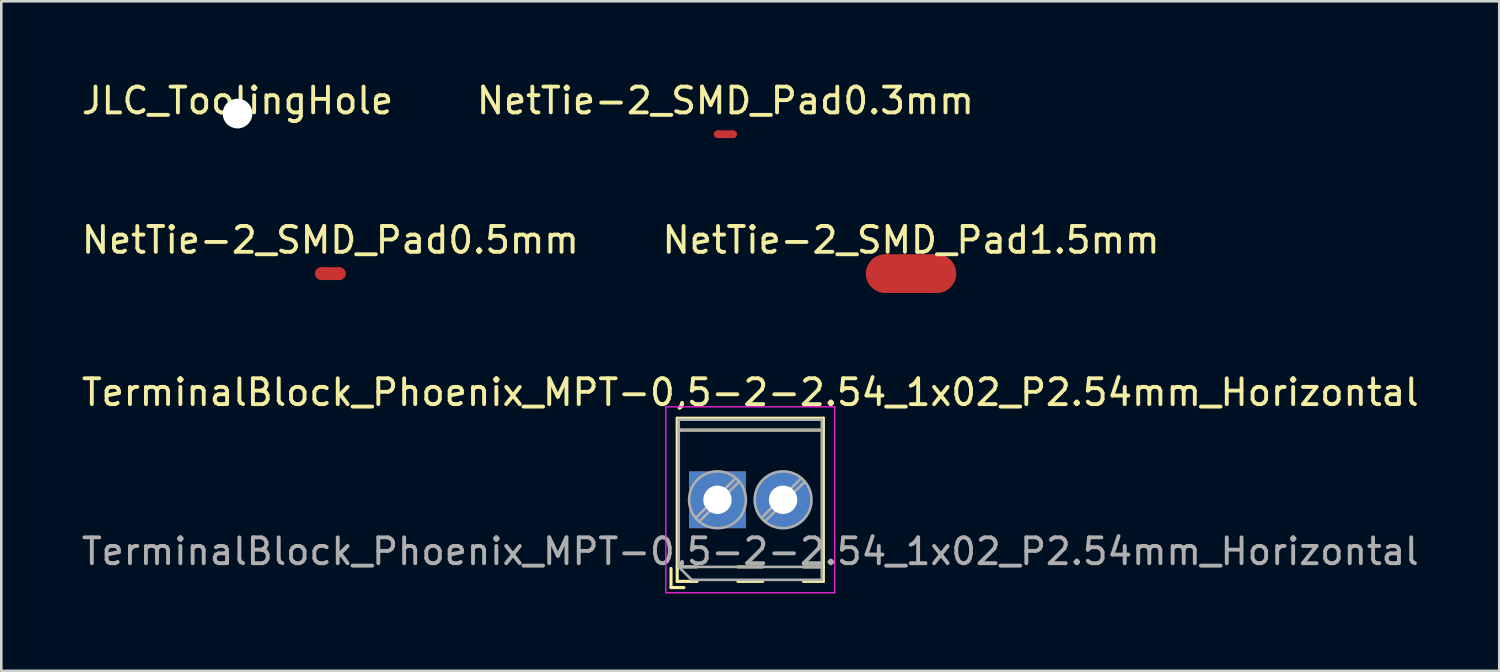
<source format=kicad_pcb>
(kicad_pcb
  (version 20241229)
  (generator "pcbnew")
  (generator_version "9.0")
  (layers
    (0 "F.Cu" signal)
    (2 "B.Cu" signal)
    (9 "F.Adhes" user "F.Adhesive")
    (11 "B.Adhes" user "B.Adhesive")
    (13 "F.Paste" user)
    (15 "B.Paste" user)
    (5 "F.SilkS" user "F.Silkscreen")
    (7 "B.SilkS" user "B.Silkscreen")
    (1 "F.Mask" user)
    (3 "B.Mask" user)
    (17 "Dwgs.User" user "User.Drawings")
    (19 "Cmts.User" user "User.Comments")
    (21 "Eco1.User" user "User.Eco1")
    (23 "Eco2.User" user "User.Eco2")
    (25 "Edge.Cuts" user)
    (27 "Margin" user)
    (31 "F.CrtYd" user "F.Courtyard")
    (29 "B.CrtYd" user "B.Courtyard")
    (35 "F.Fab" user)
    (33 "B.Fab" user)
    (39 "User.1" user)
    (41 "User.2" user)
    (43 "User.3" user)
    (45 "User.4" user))
  (footprint "JLC_ToolingHole"
    (layer "F.Cu")
    (at 6.149 1.348)
    (property "Reference" "JLC_ToolingHole" (at 0 -0.5 0) (unlocked yes) (layer "F.SilkS") (effects (font (size 1 1) (thickness 0.15))))
    (attr smd)
    (pad "" np_thru_hole circle (at 0 0) (size 1.152 1.152) (drill 1.152) (layers "*.Cu" "*.Mask")))
  (footprint "NetTie-2_SMD_Pad0.3mm"
    (layer "F.Cu")
    (at 25.042 2.148)
    (property "Reference" "NetTie-2_SMD_Pad0.3mm" (at 0 -1.3 0) (layer "F.SilkS") (effects (font (size 1 1) (thickness 0.15))))
    (attr exclude_from_pos_files exclude_from_bom)
    (fp_poly (pts (xy -0.3 -0.15) (xy 0.3 -0.15) (xy 0.3 0.15) (xy -0.3 0.15)) (stroke (width 0) (type solid)) (fill yes) (layer "F.Cu"))
    (pad "1" smd circle (at -0.3 0) (size 0.3 0.3) (layers "F.Cu"))
    (pad "2" smd circle (at 0.3 0) (size 0.3 0.3) (layers "F.Cu")))
  (footprint "NetTie-2_SMD_Pad1.5mm"
    (layer "F.Cu")
    (at 32.232 7.546)
    (property "Reference" "NetTie-2_SMD_Pad1.5mm" (at 0 -1.3 0) (layer "F.SilkS") (effects (font (size 1 1) (thickness 0.15))))
    (attr exclude_from_pos_files)
    (fp_poly (pts (xy -1.02 -0.75) (xy 1.02 -0.75) (xy 1.02 0.75) (xy -1.02 0.75)) (stroke (width 0) (type solid)) (fill yes) (layer "F.Cu"))
    (pad "1" smd circle (at -1 0) (size 1.5 1.5) (layers "F.Cu"))
    (pad "2" smd circle (at 1 0) (size 1.5 1.5) (layers "F.Cu")))
  (footprint "NetTie-2_SMD_Pad0.5mm"
    (layer "F.Cu")
    (at 9.744 7.546)
    (property "Reference" "NetTie-2_SMD_Pad0.5mm" (at 0 -1.3 0) (layer "F.SilkS") (effects (font (size 1 1) (thickness 0.15))))
    (attr exclude_from_pos_files)
    (fp_poly (pts (xy -0.37 -0.25) (xy 0.37 -0.25) (xy 0.37 0.25) (xy -0.37 0.25)) (stroke (width 0) (type solid)) (fill yes) (layer "F.Cu"))
    (pad "1" smd circle (at -0.35 0) (size 0.5 0.5) (layers "F.Cu"))
    (pad "2" smd circle (at 0.35 0) (size 0.5 0.5) (layers "F.Cu")))
  (footprint "TerminalBlock_Phoenix_MPT-0,5-2-2.54_1x02_P2.54mm_Horizontal"
    (layer "F.Cu")
    (at 24.736 16.305)
    (property "Reference" "TerminalBlock_Phoenix_MPT-0,5-2-2.54_1x02_P2.54mm_Horizontal" (at 1.27 -4.16 0) (layer "F.SilkS") (effects (font (size 1 1) (thickness 0.15))))
    (attr through_hole)
    (fp_line (start -1.8 2.66) (end -1.8 3.4) (stroke (width 0.12) (type solid)) (layer "F.SilkS"))
    (fp_line (start -1.8 3.4) (end -1.3 3.4) (stroke (width 0.12) (type solid)) (layer "F.SilkS"))
    (fp_line (start -1.56 -3.16) (end -1.56 3.16) (stroke (width 0.12) (type solid)) (layer "F.SilkS"))
    (fp_line (start -1.56 -3.16) (end 4.1 -3.16) (stroke (width 0.12) (type solid)) (layer "F.SilkS"))
    (fp_line (start -1.56 -2.7) (end 4.1 -2.7) (stroke (width 0.12) (type solid)) (layer "F.SilkS"))
    (fp_line (start -1.56 2.6) (end -0.79 2.6) (stroke (width 0.12) (type solid)) (layer "F.SilkS"))
    (fp_line (start -1.56 3.16) (end -0.79 3.16) (stroke (width 0.12) (type solid)) (layer "F.SilkS"))
    (fp_line (start 0.79 2.6) (end 1.75 2.6) (stroke (width 0.12) (type solid)) (layer "F.SilkS"))
    (fp_line (start 0.79 3.16) (end 1.75 3.16) (stroke (width 0.12) (type solid)) (layer "F.SilkS"))
    (fp_line (start 3.33 2.6) (end 4.1 2.6) (stroke (width 0.12) (type solid)) (layer "F.SilkS"))
    (fp_line (start 3.33 3.16) (end 4.1 3.16) (stroke (width 0.12) (type solid)) (layer "F.SilkS"))
    (fp_line (start 4.1 -3.16) (end 4.1 3.16) (stroke (width 0.12) (type solid)) (layer "F.SilkS"))
    (fp_line (start -2 -3.6) (end -2 3.6) (stroke (width 0.05) (type solid)) (layer "F.CrtYd"))
    (fp_line (start -2 3.6) (end 4.54 3.6) (stroke (width 0.05) (type solid)) (layer "F.CrtYd"))
    (fp_line (start 4.54 -3.6) (end -2 -3.6) (stroke (width 0.05) (type solid)) (layer "F.CrtYd"))
    (fp_line (start 4.54 3.6) (end 4.54 -3.6) (stroke (width 0.05) (type solid)) (layer "F.CrtYd"))
    (fp_line (start -1.5 -3.1) (end 4.04 -3.1) (stroke (width 0.1) (type solid)) (layer "F.Fab"))
    (fp_line (start -1.5 -2.7) (end 4.04 -2.7) (stroke (width 0.1) (type solid)) (layer "F.Fab"))
    (fp_line (start -1.5 2.6) (end -1.5 -3.1) (stroke (width 0.1) (type solid)) (layer "F.Fab"))
    (fp_line (start -1.5 2.6) (end 4.04 2.6) (stroke (width 0.1) (type solid)) (layer "F.Fab"))
    (fp_line (start -1 3.1) (end -1.5 2.6) (stroke (width 0.1) (type solid)) (layer "F.Fab"))
    (fp_line (start 0.701 -0.835) (end -0.835 0.7) (stroke (width 0.1) (type solid)) (layer "F.Fab"))
    (fp_line (start 0.835 -0.7) (end -0.701 0.835) (stroke (width 0.1) (type solid)) (layer "F.Fab"))
    (fp_line (start 3.241 -0.835) (end 1.706 0.7) (stroke (width 0.1) (type solid)) (layer "F.Fab"))
    (fp_line (start 3.375 -0.7) (end 1.84 0.835) (stroke (width 0.1) (type solid)) (layer "F.Fab"))
    (fp_line (start 4.04 -3.1) (end 4.04 3.1) (stroke (width 0.1) (type solid)) (layer "F.Fab"))
    (fp_line (start 4.04 3.1) (end -1 3.1) (stroke (width 0.1) (type solid)) (layer "F.Fab"))
    (fp_circle (center 0 0) (end 1.1 0) (stroke (width 0.1) (type solid)) (fill no) (layer "F.Fab"))
    (fp_circle (center 2.54 0) (end 3.64 0) (stroke (width 0.1) (type solid)) (fill no) (layer "F.Fab"))
    (fp_text user "${REFERENCE}" (at 1.27 2 0) (layer "F.Fab") (effects (font (size 1 1) (thickness 0.15))))
    (pad "1" thru_hole rect (at 0 0) (size 2.2 2.2) (drill 1.1) (layers "*.Cu" "*.Mask"))
    (pad "2" thru_hole circle (at 2.54 0) (size 2.2 2.2) (drill 1.1) (layers "*.Cu" "*.Mask")))
  (gr_rect
    (start -3 -3)
    (end 55.012 22.93)
    (stroke (width 0.1) (type default))
    (fill no)
    (layer "Edge.Cuts")))
</source>
